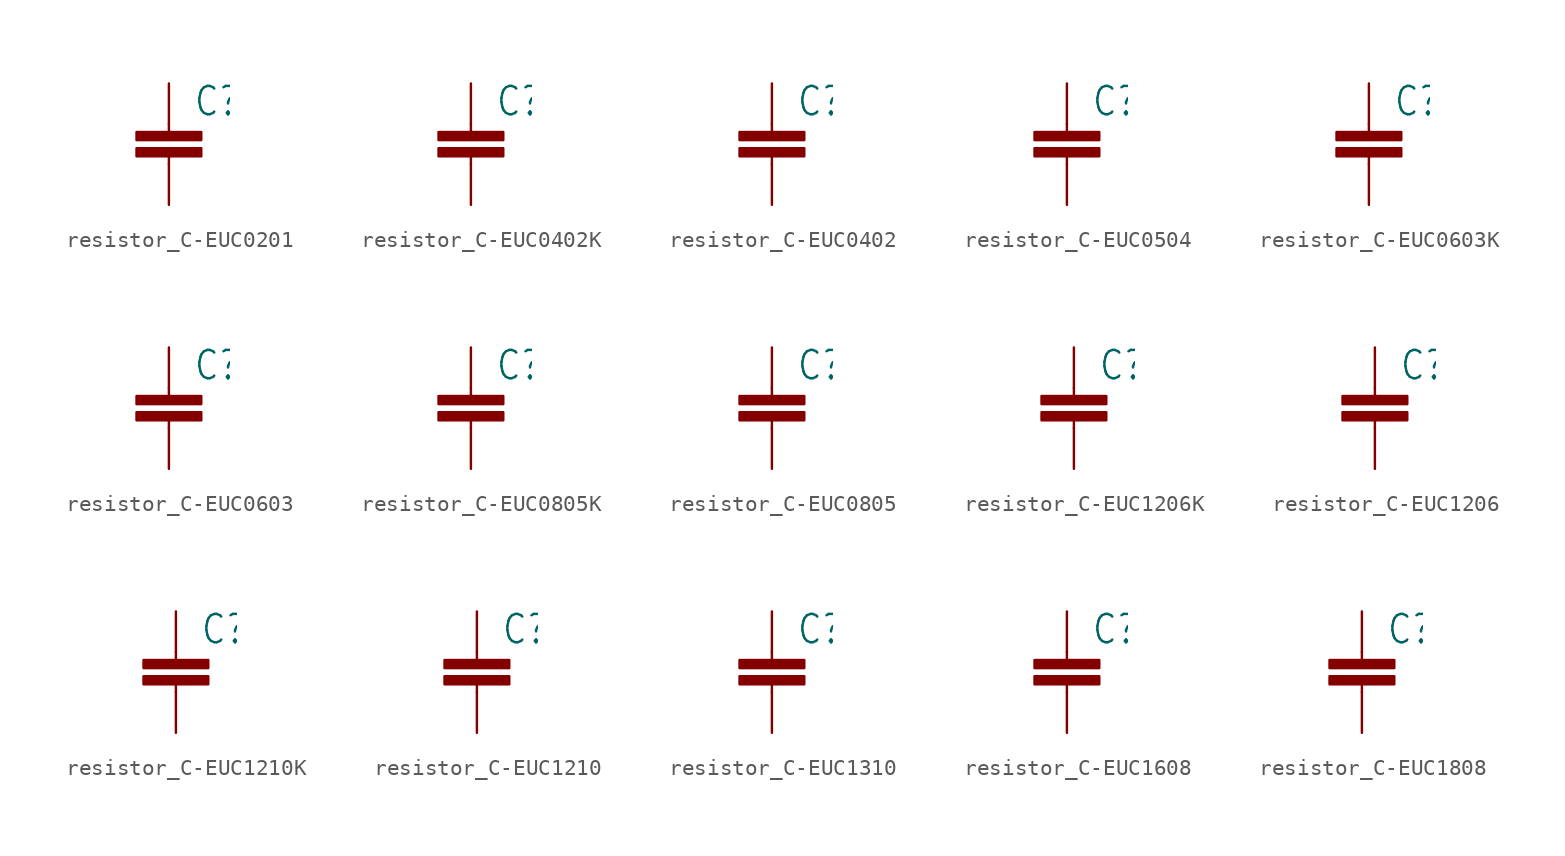
<source format=kicad_sym>
(kicad_symbol_lib
  (version 20231120)
  (generator "kicad_symbol_editor")
  (generator_version "8.0")
  (symbol "resistor_C-EUC0201"
    (property "Reference" "C"
      (at 1.524 0.381 0)
      (effects (font (size 1.778 1.511)) (justify left bottom)))
    (property "Value" ""
      (at 1.524 -4.699 0)
      (effects (font (size 1.778 1.511)) (justify left bottom)))
    (property "ki_locked" ""
      (at 0 0 0)
      (effects (font (size 1.27 1.27))))
    (symbol "resistor_C-EUC0201_1_0"
      (rectangle (start -2.032 -2.032) (end 2.032 -1.524) (stroke (width 0) (type default)) (fill (type outline)))
      (rectangle (start -2.032 -1.016) (end 2.032 -0.508) (stroke (width 0) (type default)) (fill (type outline)))
      (polyline (pts (xy 0 -2.54) (xy 0 -2.032)) (stroke (width 0.152) (type solid)) (fill (type none)))
      (polyline (pts (xy 0 0) (xy 0 -0.508)) (stroke (width 0.152) (type solid)) (fill (type none)))
      (pin passive line (at 0 2.54 270) (length 2.54) (name "1" (effects (font (size 0 0)))) (number "1" (effects (font (size 0 0)))))
      (pin passive line (at 0 -5.08 90) (length 2.54) (name "2" (effects (font (size 0 0)))) (number "2" (effects (font (size 0 0)))))))
  (symbol "resistor_C-EUC0402K"
    (property "Reference" "C"
      (at 1.524 0.381 0)
      (effects (font (size 1.778 1.511)) (justify left bottom)))
    (property "Value" ""
      (at 1.524 -4.699 0)
      (effects (font (size 1.778 1.511)) (justify left bottom)))
    (property "ki_locked" ""
      (at 0 0 0)
      (effects (font (size 1.27 1.27))))
    (symbol "resistor_C-EUC0402K_1_0"
      (rectangle (start -2.032 -2.032) (end 2.032 -1.524) (stroke (width 0) (type default)) (fill (type outline)))
      (rectangle (start -2.032 -1.016) (end 2.032 -0.508) (stroke (width 0) (type default)) (fill (type outline)))
      (polyline (pts (xy 0 -2.54) (xy 0 -2.032)) (stroke (width 0.152) (type solid)) (fill (type none)))
      (polyline (pts (xy 0 0) (xy 0 -0.508)) (stroke (width 0.152) (type solid)) (fill (type none)))
      (pin passive line (at 0 2.54 270) (length 2.54) (name "1" (effects (font (size 0 0)))) (number "1" (effects (font (size 0 0)))))
      (pin passive line (at 0 -5.08 90) (length 2.54) (name "2" (effects (font (size 0 0)))) (number "2" (effects (font (size 0 0)))))))
  (symbol "resistor_C-EUC0402"
    (property "Reference" "C"
      (at 1.524 0.381 0)
      (effects (font (size 1.778 1.511)) (justify left bottom)))
    (property "Value" ""
      (at 1.524 -4.699 0)
      (effects (font (size 1.778 1.511)) (justify left bottom)))
    (property "ki_locked" ""
      (at 0 0 0)
      (effects (font (size 1.27 1.27))))
    (symbol "resistor_C-EUC0402_1_0"
      (rectangle (start -2.032 -2.032) (end 2.032 -1.524) (stroke (width 0) (type default)) (fill (type outline)))
      (rectangle (start -2.032 -1.016) (end 2.032 -0.508) (stroke (width 0) (type default)) (fill (type outline)))
      (polyline (pts (xy 0 -2.54) (xy 0 -2.032)) (stroke (width 0.152) (type solid)) (fill (type none)))
      (polyline (pts (xy 0 0) (xy 0 -0.508)) (stroke (width 0.152) (type solid)) (fill (type none)))
      (pin passive line (at 0 2.54 270) (length 2.54) (name "1" (effects (font (size 0 0)))) (number "1" (effects (font (size 0 0)))))
      (pin passive line (at 0 -5.08 90) (length 2.54) (name "2" (effects (font (size 0 0)))) (number "2" (effects (font (size 0 0)))))))
  (symbol "resistor_C-EUC0504"
    (property "Reference" "C"
      (at 1.524 0.381 0)
      (effects (font (size 1.778 1.511)) (justify left bottom)))
    (property "Value" ""
      (at 1.524 -4.699 0)
      (effects (font (size 1.778 1.511)) (justify left bottom)))
    (property "ki_locked" ""
      (at 0 0 0)
      (effects (font (size 1.27 1.27))))
    (symbol "resistor_C-EUC0504_1_0"
      (rectangle (start -2.032 -2.032) (end 2.032 -1.524) (stroke (width 0) (type default)) (fill (type outline)))
      (rectangle (start -2.032 -1.016) (end 2.032 -0.508) (stroke (width 0) (type default)) (fill (type outline)))
      (polyline (pts (xy 0 -2.54) (xy 0 -2.032)) (stroke (width 0.152) (type solid)) (fill (type none)))
      (polyline (pts (xy 0 0) (xy 0 -0.508)) (stroke (width 0.152) (type solid)) (fill (type none)))
      (pin passive line (at 0 2.54 270) (length 2.54) (name "1" (effects (font (size 0 0)))) (number "1" (effects (font (size 0 0)))))
      (pin passive line (at 0 -5.08 90) (length 2.54) (name "2" (effects (font (size 0 0)))) (number "2" (effects (font (size 0 0)))))))
  (symbol "resistor_C-EUC0603K"
    (property "Reference" "C"
      (at 1.524 0.381 0)
      (effects (font (size 1.778 1.511)) (justify left bottom)))
    (property "Value" ""
      (at 1.524 -4.699 0)
      (effects (font (size 1.778 1.511)) (justify left bottom)))
    (property "ki_locked" ""
      (at 0 0 0)
      (effects (font (size 1.27 1.27))))
    (symbol "resistor_C-EUC0603K_1_0"
      (rectangle (start -2.032 -2.032) (end 2.032 -1.524) (stroke (width 0) (type default)) (fill (type outline)))
      (rectangle (start -2.032 -1.016) (end 2.032 -0.508) (stroke (width 0) (type default)) (fill (type outline)))
      (polyline (pts (xy 0 -2.54) (xy 0 -2.032)) (stroke (width 0.152) (type solid)) (fill (type none)))
      (polyline (pts (xy 0 0) (xy 0 -0.508)) (stroke (width 0.152) (type solid)) (fill (type none)))
      (pin passive line (at 0 2.54 270) (length 2.54) (name "1" (effects (font (size 0 0)))) (number "1" (effects (font (size 0 0)))))
      (pin passive line (at 0 -5.08 90) (length 2.54) (name "2" (effects (font (size 0 0)))) (number "2" (effects (font (size 0 0)))))))
  (symbol "resistor_C-EUC0603"
    (property "Reference" "C"
      (at 1.524 0.381 0)
      (effects (font (size 1.778 1.511)) (justify left bottom)))
    (property "Value" ""
      (at 1.524 -4.699 0)
      (effects (font (size 1.778 1.511)) (justify left bottom)))
    (property "ki_locked" ""
      (at 0 0 0)
      (effects (font (size 1.27 1.27))))
    (symbol "resistor_C-EUC0603_1_0"
      (rectangle (start -2.032 -2.032) (end 2.032 -1.524) (stroke (width 0) (type default)) (fill (type outline)))
      (rectangle (start -2.032 -1.016) (end 2.032 -0.508) (stroke (width 0) (type default)) (fill (type outline)))
      (polyline (pts (xy 0 -2.54) (xy 0 -2.032)) (stroke (width 0.152) (type solid)) (fill (type none)))
      (polyline (pts (xy 0 0) (xy 0 -0.508)) (stroke (width 0.152) (type solid)) (fill (type none)))
      (pin passive line (at 0 2.54 270) (length 2.54) (name "1" (effects (font (size 0 0)))) (number "1" (effects (font (size 0 0)))))
      (pin passive line (at 0 -5.08 90) (length 2.54) (name "2" (effects (font (size 0 0)))) (number "2" (effects (font (size 0 0)))))))
  (symbol "resistor_C-EUC0805K"
    (property "Reference" "C"
      (at 1.524 0.381 0)
      (effects (font (size 1.778 1.511)) (justify left bottom)))
    (property "Value" ""
      (at 1.524 -4.699 0)
      (effects (font (size 1.778 1.511)) (justify left bottom)))
    (property "ki_locked" ""
      (at 0 0 0)
      (effects (font (size 1.27 1.27))))
    (symbol "resistor_C-EUC0805K_1_0"
      (rectangle (start -2.032 -2.032) (end 2.032 -1.524) (stroke (width 0) (type default)) (fill (type outline)))
      (rectangle (start -2.032 -1.016) (end 2.032 -0.508) (stroke (width 0) (type default)) (fill (type outline)))
      (polyline (pts (xy 0 -2.54) (xy 0 -2.032)) (stroke (width 0.152) (type solid)) (fill (type none)))
      (polyline (pts (xy 0 0) (xy 0 -0.508)) (stroke (width 0.152) (type solid)) (fill (type none)))
      (pin passive line (at 0 2.54 270) (length 2.54) (name "1" (effects (font (size 0 0)))) (number "1" (effects (font (size 0 0)))))
      (pin passive line (at 0 -5.08 90) (length 2.54) (name "2" (effects (font (size 0 0)))) (number "2" (effects (font (size 0 0)))))))
  (symbol "resistor_C-EUC0805"
    (property "Reference" "C"
      (at 1.524 0.381 0)
      (effects (font (size 1.778 1.511)) (justify left bottom)))
    (property "Value" ""
      (at 1.524 -4.699 0)
      (effects (font (size 1.778 1.511)) (justify left bottom)))
    (property "ki_locked" ""
      (at 0 0 0)
      (effects (font (size 1.27 1.27))))
    (symbol "resistor_C-EUC0805_1_0"
      (rectangle (start -2.032 -2.032) (end 2.032 -1.524) (stroke (width 0) (type default)) (fill (type outline)))
      (rectangle (start -2.032 -1.016) (end 2.032 -0.508) (stroke (width 0) (type default)) (fill (type outline)))
      (polyline (pts (xy 0 -2.54) (xy 0 -2.032)) (stroke (width 0.152) (type solid)) (fill (type none)))
      (polyline (pts (xy 0 0) (xy 0 -0.508)) (stroke (width 0.152) (type solid)) (fill (type none)))
      (pin passive line (at 0 2.54 270) (length 2.54) (name "1" (effects (font (size 0 0)))) (number "1" (effects (font (size 0 0)))))
      (pin passive line (at 0 -5.08 90) (length 2.54) (name "2" (effects (font (size 0 0)))) (number "2" (effects (font (size 0 0)))))))
  (symbol "resistor_C-EUC1206K"
    (property "Reference" "C"
      (at 1.524 0.381 0)
      (effects (font (size 1.778 1.511)) (justify left bottom)))
    (property "Value" ""
      (at 1.524 -4.699 0)
      (effects (font (size 1.778 1.511)) (justify left bottom)))
    (property "ki_locked" ""
      (at 0 0 0)
      (effects (font (size 1.27 1.27))))
    (symbol "resistor_C-EUC1206K_1_0"
      (rectangle (start -2.032 -2.032) (end 2.032 -1.524) (stroke (width 0) (type default)) (fill (type outline)))
      (rectangle (start -2.032 -1.016) (end 2.032 -0.508) (stroke (width 0) (type default)) (fill (type outline)))
      (polyline (pts (xy 0 -2.54) (xy 0 -2.032)) (stroke (width 0.152) (type solid)) (fill (type none)))
      (polyline (pts (xy 0 0) (xy 0 -0.508)) (stroke (width 0.152) (type solid)) (fill (type none)))
      (pin passive line (at 0 2.54 270) (length 2.54) (name "1" (effects (font (size 0 0)))) (number "1" (effects (font (size 0 0)))))
      (pin passive line (at 0 -5.08 90) (length 2.54) (name "2" (effects (font (size 0 0)))) (number "2" (effects (font (size 0 0)))))))
  (symbol "resistor_C-EUC1206"
    (property "Reference" "C"
      (at 1.524 0.381 0)
      (effects (font (size 1.778 1.511)) (justify left bottom)))
    (property "Value" ""
      (at 1.524 -4.699 0)
      (effects (font (size 1.778 1.511)) (justify left bottom)))
    (property "ki_locked" ""
      (at 0 0 0)
      (effects (font (size 1.27 1.27))))
    (symbol "resistor_C-EUC1206_1_0"
      (rectangle (start -2.032 -2.032) (end 2.032 -1.524) (stroke (width 0) (type default)) (fill (type outline)))
      (rectangle (start -2.032 -1.016) (end 2.032 -0.508) (stroke (width 0) (type default)) (fill (type outline)))
      (polyline (pts (xy 0 -2.54) (xy 0 -2.032)) (stroke (width 0.152) (type solid)) (fill (type none)))
      (polyline (pts (xy 0 0) (xy 0 -0.508)) (stroke (width 0.152) (type solid)) (fill (type none)))
      (pin passive line (at 0 2.54 270) (length 2.54) (name "1" (effects (font (size 0 0)))) (number "1" (effects (font (size 0 0)))))
      (pin passive line (at 0 -5.08 90) (length 2.54) (name "2" (effects (font (size 0 0)))) (number "2" (effects (font (size 0 0)))))))
  (symbol "resistor_C-EUC1210K"
    (property "Reference" "C"
      (at 1.524 0.381 0)
      (effects (font (size 1.778 1.511)) (justify left bottom)))
    (property "Value" ""
      (at 1.524 -4.699 0)
      (effects (font (size 1.778 1.511)) (justify left bottom)))
    (property "ki_locked" ""
      (at 0 0 0)
      (effects (font (size 1.27 1.27))))
    (symbol "resistor_C-EUC1210K_1_0"
      (rectangle (start -2.032 -2.032) (end 2.032 -1.524) (stroke (width 0) (type default)) (fill (type outline)))
      (rectangle (start -2.032 -1.016) (end 2.032 -0.508) (stroke (width 0) (type default)) (fill (type outline)))
      (polyline (pts (xy 0 -2.54) (xy 0 -2.032)) (stroke (width 0.152) (type solid)) (fill (type none)))
      (polyline (pts (xy 0 0) (xy 0 -0.508)) (stroke (width 0.152) (type solid)) (fill (type none)))
      (pin passive line (at 0 2.54 270) (length 2.54) (name "1" (effects (font (size 0 0)))) (number "1" (effects (font (size 0 0)))))
      (pin passive line (at 0 -5.08 90) (length 2.54) (name "2" (effects (font (size 0 0)))) (number "2" (effects (font (size 0 0)))))))
  (symbol "resistor_C-EUC1210"
    (property "Reference" "C"
      (at 1.524 0.381 0)
      (effects (font (size 1.778 1.511)) (justify left bottom)))
    (property "Value" ""
      (at 1.524 -4.699 0)
      (effects (font (size 1.778 1.511)) (justify left bottom)))
    (property "ki_locked" ""
      (at 0 0 0)
      (effects (font (size 1.27 1.27))))
    (symbol "resistor_C-EUC1210_1_0"
      (rectangle (start -2.032 -2.032) (end 2.032 -1.524) (stroke (width 0) (type default)) (fill (type outline)))
      (rectangle (start -2.032 -1.016) (end 2.032 -0.508) (stroke (width 0) (type default)) (fill (type outline)))
      (polyline (pts (xy 0 -2.54) (xy 0 -2.032)) (stroke (width 0.152) (type solid)) (fill (type none)))
      (polyline (pts (xy 0 0) (xy 0 -0.508)) (stroke (width 0.152) (type solid)) (fill (type none)))
      (pin passive line (at 0 2.54 270) (length 2.54) (name "1" (effects (font (size 0 0)))) (number "1" (effects (font (size 0 0)))))
      (pin passive line (at 0 -5.08 90) (length 2.54) (name "2" (effects (font (size 0 0)))) (number "2" (effects (font (size 0 0)))))))
  (symbol "resistor_C-EUC1310"
    (property "Reference" "C"
      (at 1.524 0.381 0)
      (effects (font (size 1.778 1.511)) (justify left bottom)))
    (property "Value" ""
      (at 1.524 -4.699 0)
      (effects (font (size 1.778 1.511)) (justify left bottom)))
    (property "ki_locked" ""
      (at 0 0 0)
      (effects (font (size 1.27 1.27))))
    (symbol "resistor_C-EUC1310_1_0"
      (rectangle (start -2.032 -2.032) (end 2.032 -1.524) (stroke (width 0) (type default)) (fill (type outline)))
      (rectangle (start -2.032 -1.016) (end 2.032 -0.508) (stroke (width 0) (type default)) (fill (type outline)))
      (polyline (pts (xy 0 -2.54) (xy 0 -2.032)) (stroke (width 0.152) (type solid)) (fill (type none)))
      (polyline (pts (xy 0 0) (xy 0 -0.508)) (stroke (width 0.152) (type solid)) (fill (type none)))
      (pin passive line (at 0 2.54 270) (length 2.54) (name "1" (effects (font (size 0 0)))) (number "1" (effects (font (size 0 0)))))
      (pin passive line (at 0 -5.08 90) (length 2.54) (name "2" (effects (font (size 0 0)))) (number "2" (effects (font (size 0 0)))))))
  (symbol "resistor_C-EUC1608"
    (property "Reference" "C"
      (at 1.524 0.381 0)
      (effects (font (size 1.778 1.511)) (justify left bottom)))
    (property "Value" ""
      (at 1.524 -4.699 0)
      (effects (font (size 1.778 1.511)) (justify left bottom)))
    (property "ki_locked" ""
      (at 0 0 0)
      (effects (font (size 1.27 1.27))))
    (symbol "resistor_C-EUC1608_1_0"
      (rectangle (start -2.032 -2.032) (end 2.032 -1.524) (stroke (width 0) (type default)) (fill (type outline)))
      (rectangle (start -2.032 -1.016) (end 2.032 -0.508) (stroke (width 0) (type default)) (fill (type outline)))
      (polyline (pts (xy 0 -2.54) (xy 0 -2.032)) (stroke (width 0.152) (type solid)) (fill (type none)))
      (polyline (pts (xy 0 0) (xy 0 -0.508)) (stroke (width 0.152) (type solid)) (fill (type none)))
      (pin passive line (at 0 2.54 270) (length 2.54) (name "1" (effects (font (size 0 0)))) (number "1" (effects (font (size 0 0)))))
      (pin passive line (at 0 -5.08 90) (length 2.54) (name "2" (effects (font (size 0 0)))) (number "2" (effects (font (size 0 0)))))))
  (symbol "resistor_C-EUC1808"
    (property "Reference" "C"
      (at 1.524 0.381 0)
      (effects (font (size 1.778 1.511)) (justify left bottom)))
    (property "Value" ""
      (at 1.524 -4.699 0)
      (effects (font (size 1.778 1.511)) (justify left bottom)))
    (property "ki_locked" ""
      (at 0 0 0)
      (effects (font (size 1.27 1.27))))
    (symbol "resistor_C-EUC1808_1_0"
      (rectangle (start -2.032 -2.032) (end 2.032 -1.524) (stroke (width 0) (type default)) (fill (type outline)))
      (rectangle (start -2.032 -1.016) (end 2.032 -0.508) (stroke (width 0) (type default)) (fill (type outline)))
      (polyline (pts (xy 0 -2.54) (xy 0 -2.032)) (stroke (width 0.152) (type solid)) (fill (type none)))
      (polyline (pts (xy 0 0) (xy 0 -0.508)) (stroke (width 0.152) (type solid)) (fill (type none)))
      (pin passive line (at 0 2.54 270) (length 2.54) (name "1" (effects (font (size 0 0)))) (number "1" (effects (font (size 0 0)))))
      (pin passive line (at 0 -5.08 90) (length 2.54) (name "2" (effects (font (size 0 0)))) (number "2" (effects (font (size 0 0))))))))
</source>
